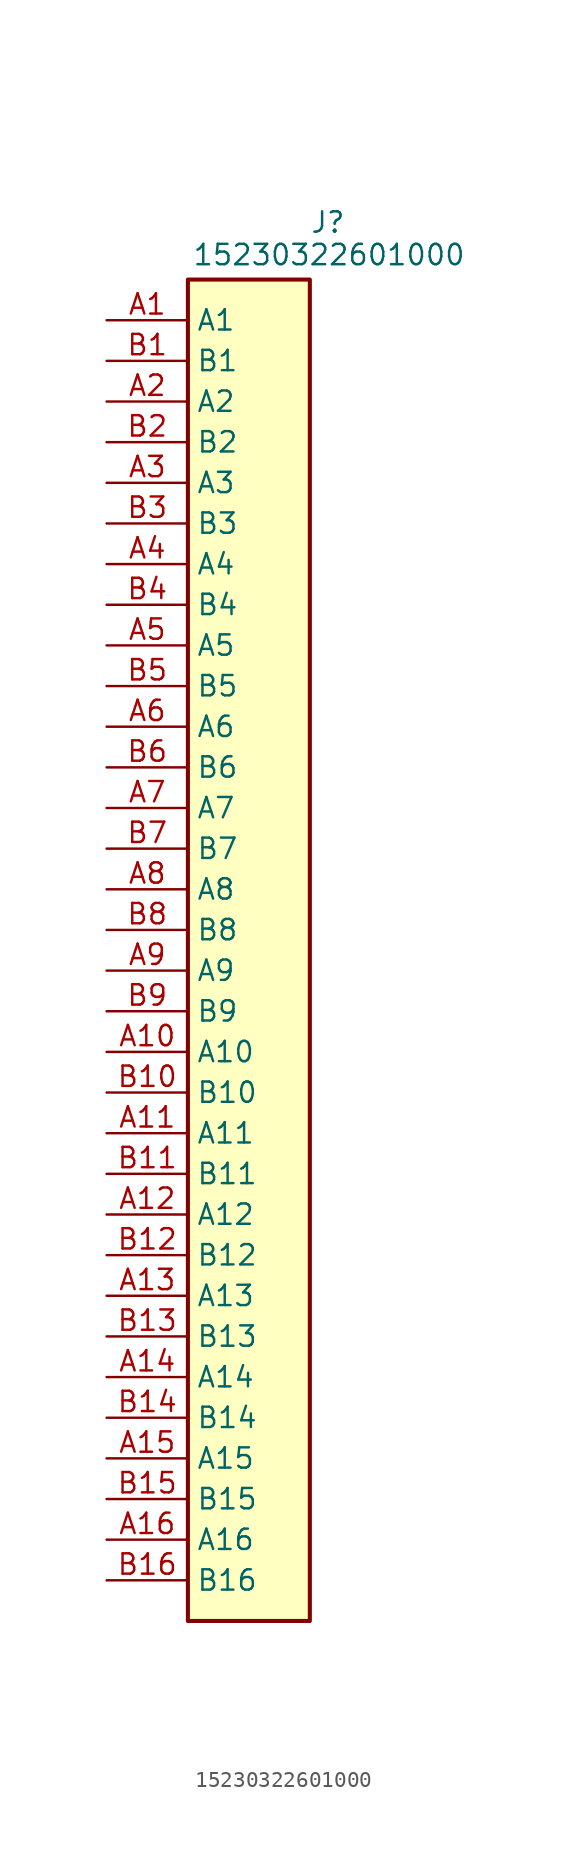
<source format=kicad_sym>
(kicad_symbol_lib
  (version 20241209)
  (generator "kicad_symbol_editor")
  (generator_version "9.0")
  (symbol "15230322601000"
    (property "Reference" "J"
      (at 0 4.318 0)
      (effects (font (size 1.27 1.27)) (justify left top)))
    (property "Value" "15230322601000"
      (at -7.366 2.286 0)
      (effects (font (size 1.27 1.27)) (justify left top)))
    (symbol "15230322601000_1_1"
      (rectangle (start -7.62 0) (end 0 -83.82) (stroke (width 0.254) (type default)) (fill (type background)))
      (pin passive line (at -12.7 -2.54 0) (length 5.08) (name "A1" (effects (font (size 1.27 1.27)))) (number "A1" (effects (font (size 1.27 1.27)))))
      (pin passive line (at -12.7 -5.08 0) (length 5.08) (name "B1" (effects (font (size 1.27 1.27)))) (number "B1" (effects (font (size 1.27 1.27)))))
      (pin passive line (at -12.7 -7.62 0) (length 5.08) (name "A2" (effects (font (size 1.27 1.27)))) (number "A2" (effects (font (size 1.27 1.27)))))
      (pin passive line (at -12.7 -10.16 0) (length 5.08) (name "B2" (effects (font (size 1.27 1.27)))) (number "B2" (effects (font (size 1.27 1.27)))))
      (pin passive line (at -12.7 -12.7 0) (length 5.08) (name "A3" (effects (font (size 1.27 1.27)))) (number "A3" (effects (font (size 1.27 1.27)))))
      (pin passive line (at -12.7 -15.24 0) (length 5.08) (name "B3" (effects (font (size 1.27 1.27)))) (number "B3" (effects (font (size 1.27 1.27)))))
      (pin passive line (at -12.7 -17.78 0) (length 5.08) (name "A4" (effects (font (size 1.27 1.27)))) (number "A4" (effects (font (size 1.27 1.27)))))
      (pin passive line (at -12.7 -20.32 0) (length 5.08) (name "B4" (effects (font (size 1.27 1.27)))) (number "B4" (effects (font (size 1.27 1.27)))))
      (pin passive line (at -12.7 -22.86 0) (length 5.08) (name "A5" (effects (font (size 1.27 1.27)))) (number "A5" (effects (font (size 1.27 1.27)))))
      (pin passive line (at -12.7 -25.4 0) (length 5.08) (name "B5" (effects (font (size 1.27 1.27)))) (number "B5" (effects (font (size 1.27 1.27)))))
      (pin passive line (at -12.7 -27.94 0) (length 5.08) (name "A6" (effects (font (size 1.27 1.27)))) (number "A6" (effects (font (size 1.27 1.27)))))
      (pin passive line (at -12.7 -30.48 0) (length 5.08) (name "B6" (effects (font (size 1.27 1.27)))) (number "B6" (effects (font (size 1.27 1.27)))))
      (pin passive line (at -12.7 -33.02 0) (length 5.08) (name "A7" (effects (font (size 1.27 1.27)))) (number "A7" (effects (font (size 1.27 1.27)))))
      (pin passive line (at -12.7 -35.56 0) (length 5.08) (name "B7" (effects (font (size 1.27 1.27)))) (number "B7" (effects (font (size 1.27 1.27)))))
      (pin passive line (at -12.7 -38.1 0) (length 5.08) (name "A8" (effects (font (size 1.27 1.27)))) (number "A8" (effects (font (size 1.27 1.27)))))
      (pin passive line (at -12.7 -40.64 0) (length 5.08) (name "B8" (effects (font (size 1.27 1.27)))) (number "B8" (effects (font (size 1.27 1.27)))))
      (pin passive line (at -12.7 -43.18 0) (length 5.08) (name "A9" (effects (font (size 1.27 1.27)))) (number "A9" (effects (font (size 1.27 1.27)))))
      (pin passive line (at -12.7 -45.72 0) (length 5.08) (name "B9" (effects (font (size 1.27 1.27)))) (number "B9" (effects (font (size 1.27 1.27)))))
      (pin passive line (at -12.7 -48.26 0) (length 5.08) (name "A10" (effects (font (size 1.27 1.27)))) (number "A10" (effects (font (size 1.27 1.27)))))
      (pin passive line (at -12.7 -50.8 0) (length 5.08) (name "B10" (effects (font (size 1.27 1.27)))) (number "B10" (effects (font (size 1.27 1.27)))))
      (pin passive line (at -12.7 -53.34 0) (length 5.08) (name "A11" (effects (font (size 1.27 1.27)))) (number "A11" (effects (font (size 1.27 1.27)))))
      (pin passive line (at -12.7 -55.88 0) (length 5.08) (name "B11" (effects (font (size 1.27 1.27)))) (number "B11" (effects (font (size 1.27 1.27)))))
      (pin passive line (at -12.7 -58.42 0) (length 5.08) (name "A12" (effects (font (size 1.27 1.27)))) (number "A12" (effects (font (size 1.27 1.27)))))
      (pin passive line (at -12.7 -60.96 0) (length 5.08) (name "B12" (effects (font (size 1.27 1.27)))) (number "B12" (effects (font (size 1.27 1.27)))))
      (pin passive line (at -12.7 -63.5 0) (length 5.08) (name "A13" (effects (font (size 1.27 1.27)))) (number "A13" (effects (font (size 1.27 1.27)))))
      (pin passive line (at -12.7 -66.04 0) (length 5.08) (name "B13" (effects (font (size 1.27 1.27)))) (number "B13" (effects (font (size 1.27 1.27)))))
      (pin passive line (at -12.7 -68.58 0) (length 5.08) (name "A14" (effects (font (size 1.27 1.27)))) (number "A14" (effects (font (size 1.27 1.27)))))
      (pin passive line (at -12.7 -71.12 0) (length 5.08) (name "B14" (effects (font (size 1.27 1.27)))) (number "B14" (effects (font (size 1.27 1.27)))))
      (pin passive line (at -12.7 -73.66 0) (length 5.08) (name "A15" (effects (font (size 1.27 1.27)))) (number "A15" (effects (font (size 1.27 1.27)))))
      (pin passive line (at -12.7 -76.2 0) (length 5.08) (name "B15" (effects (font (size 1.27 1.27)))) (number "B15" (effects (font (size 1.27 1.27)))))
      (pin passive line (at -12.7 -78.74 0) (length 5.08) (name "A16" (effects (font (size 1.27 1.27)))) (number "A16" (effects (font (size 1.27 1.27)))))
      (pin passive line (at -12.7 -81.28 0) (length 5.08) (name "B16" (effects (font (size 1.27 1.27)))) (number "B16" (effects (font (size 1.27 1.27))))))))
</source>
